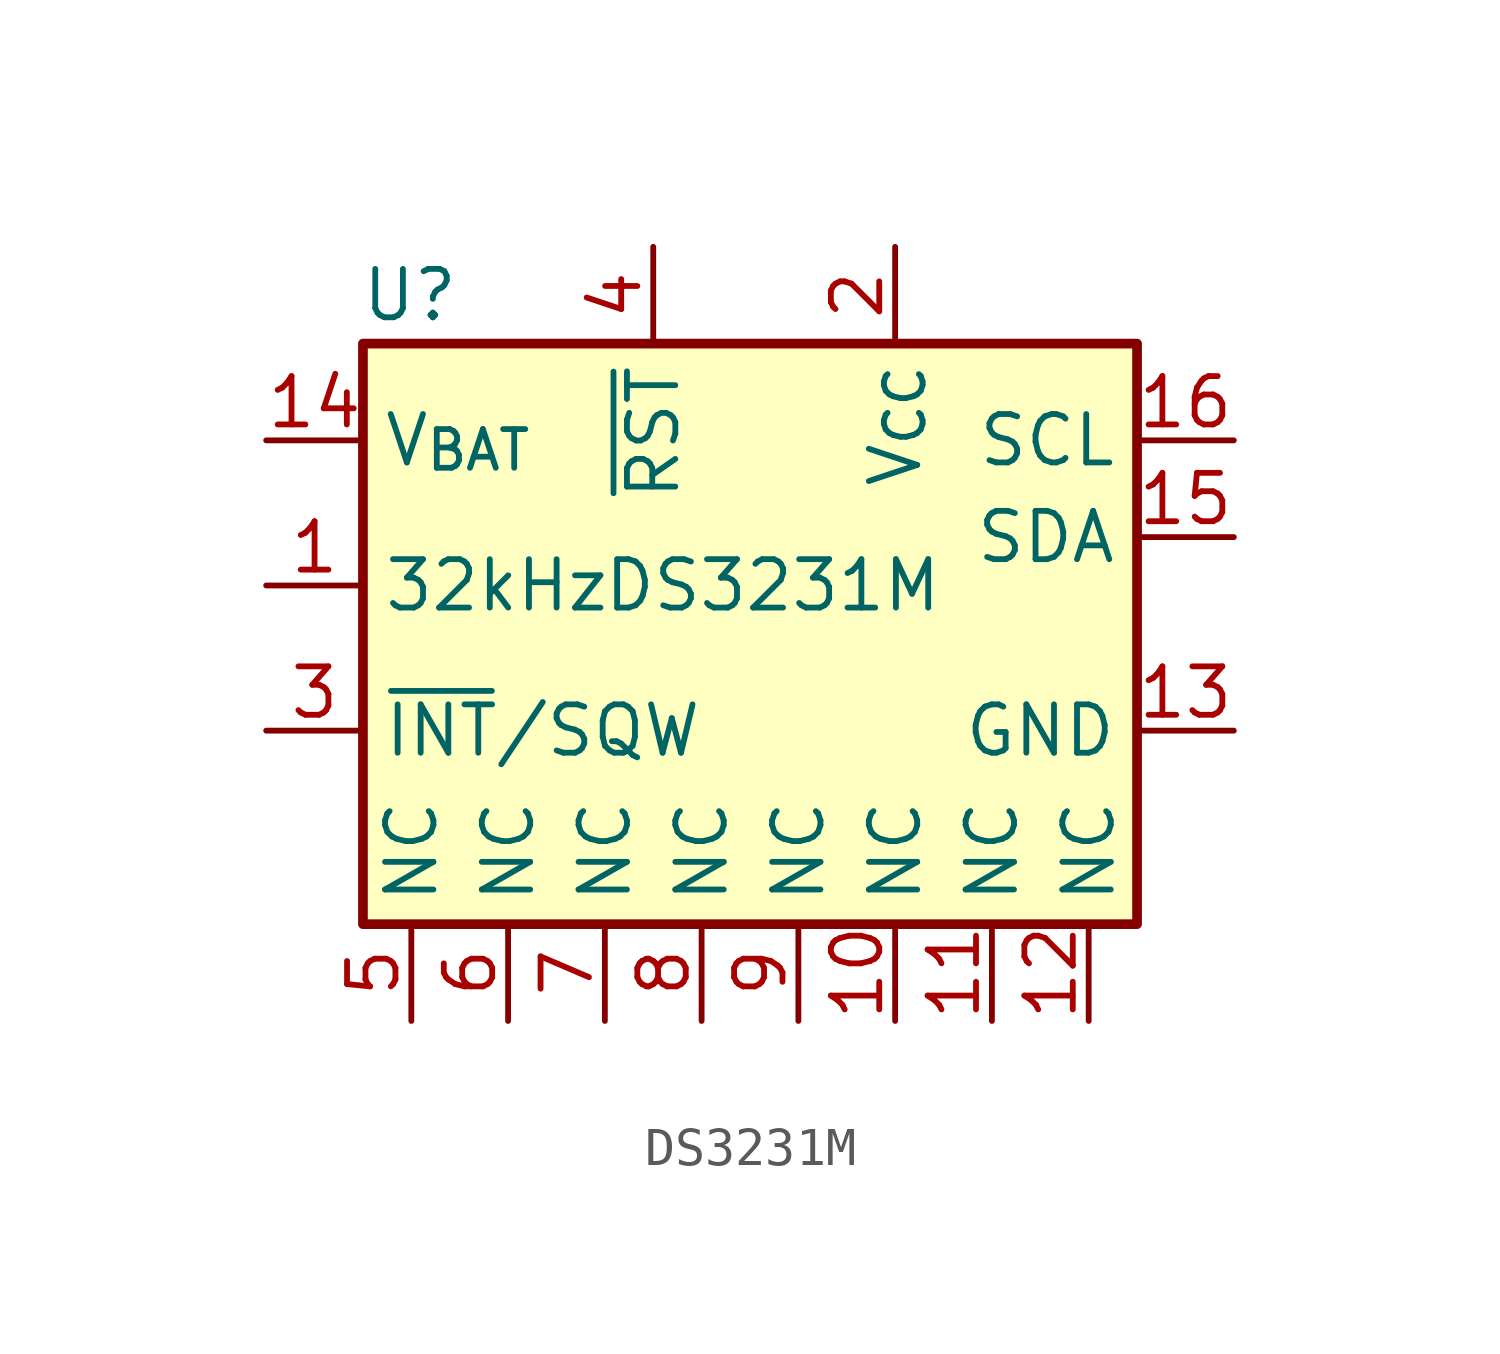
<source format=kicad_sym>
(kicad_symbol_lib
  (version 20220914)
  (generator kicad_symbol_editor)
  (symbol "DS3231M"
    (property "Reference" "U"
      (at -7.62 8.89 0)
      (effects (font (size 1.27 1.27)) (justify right)))
    (property "Value" "DS3231M"
      (at 5.08 1.27 0)
      (effects (font (size 1.27 1.27)) (justify right)))
    (symbol "DS3231M_0_1"
      (rectangle (start -10.16 7.62) (end 10.16 -7.62) (stroke (width 0.254) (type default)) (fill (type background))))
    (symbol "DS3231M_1_1"
      (pin output line (at -12.7 1.27 0) (length 2.54) (name "32kHz" (effects (font (size 1.27 1.27)))) (number "1" (effects (font (size 1.27 1.27)))))
      (pin passive line (at 3.81 -10.16 90) (length 2.54) (name "NC" (effects (font (size 1.27 1.27)))) (number "10" (effects (font (size 1.27 1.27)))))
      (pin passive line (at 6.35 -10.16 90) (length 2.54) (name "NC" (effects (font (size 1.27 1.27)))) (number "11" (effects (font (size 1.27 1.27)))))
      (pin passive line (at 8.89 -10.16 90) (length 2.54) (name "NC" (effects (font (size 1.27 1.27)))) (number "12" (effects (font (size 1.27 1.27)))))
      (pin power_in line (at 12.7 -2.54 180) (length 2.54) (name "GND" (effects (font (size 1.27 1.27)))) (number "13" (effects (font (size 1.27 1.27)))))
      (pin power_in line (at -12.7 5.08 0) (length 2.54) (name "V_{BAT}" (effects (font (size 1.27 1.27)))) (number "14" (effects (font (size 1.27 1.27)))))
      (pin bidirectional line (at 12.7 2.54 180) (length 2.54) (name "SDA" (effects (font (size 1.27 1.27)))) (number "15" (effects (font (size 1.27 1.27)))))
      (pin input line (at 12.7 5.08 180) (length 2.54) (name "SCL" (effects (font (size 1.27 1.27)))) (number "16" (effects (font (size 1.27 1.27)))))
      (pin power_in line (at 3.81 10.16 270) (length 2.54) (name "V_{CC}" (effects (font (size 1.27 1.27)))) (number "2" (effects (font (size 1.27 1.27)))))
      (pin output line (at -12.7 -2.54 0) (length 2.54) (name "~{INT}/SQW" (effects (font (size 1.27 1.27)))) (number "3" (effects (font (size 1.27 1.27)))))
      (pin input line (at -2.54 10.16 270) (length 2.54) (name "~{RST}" (effects (font (size 1.27 1.27)))) (number "4" (effects (font (size 1.27 1.27)))))
      (pin passive line (at -8.89 -10.16 90) (length 2.54) (name "NC" (effects (font (size 1.27 1.27)))) (number "5" (effects (font (size 1.27 1.27)))))
      (pin passive line (at -6.35 -10.16 90) (length 2.54) (name "NC" (effects (font (size 1.27 1.27)))) (number "6" (effects (font (size 1.27 1.27)))))
      (pin passive line (at -3.81 -10.16 90) (length 2.54) (name "NC" (effects (font (size 1.27 1.27)))) (number "7" (effects (font (size 1.27 1.27)))))
      (pin passive line (at -1.27 -10.16 90) (length 2.54) (name "NC" (effects (font (size 1.27 1.27)))) (number "8" (effects (font (size 1.27 1.27)))))
      (pin passive line (at 1.27 -10.16 90) (length 2.54) (name "NC" (effects (font (size 1.27 1.27)))) (number "9" (effects (font (size 1.27 1.27))))))))
</source>
